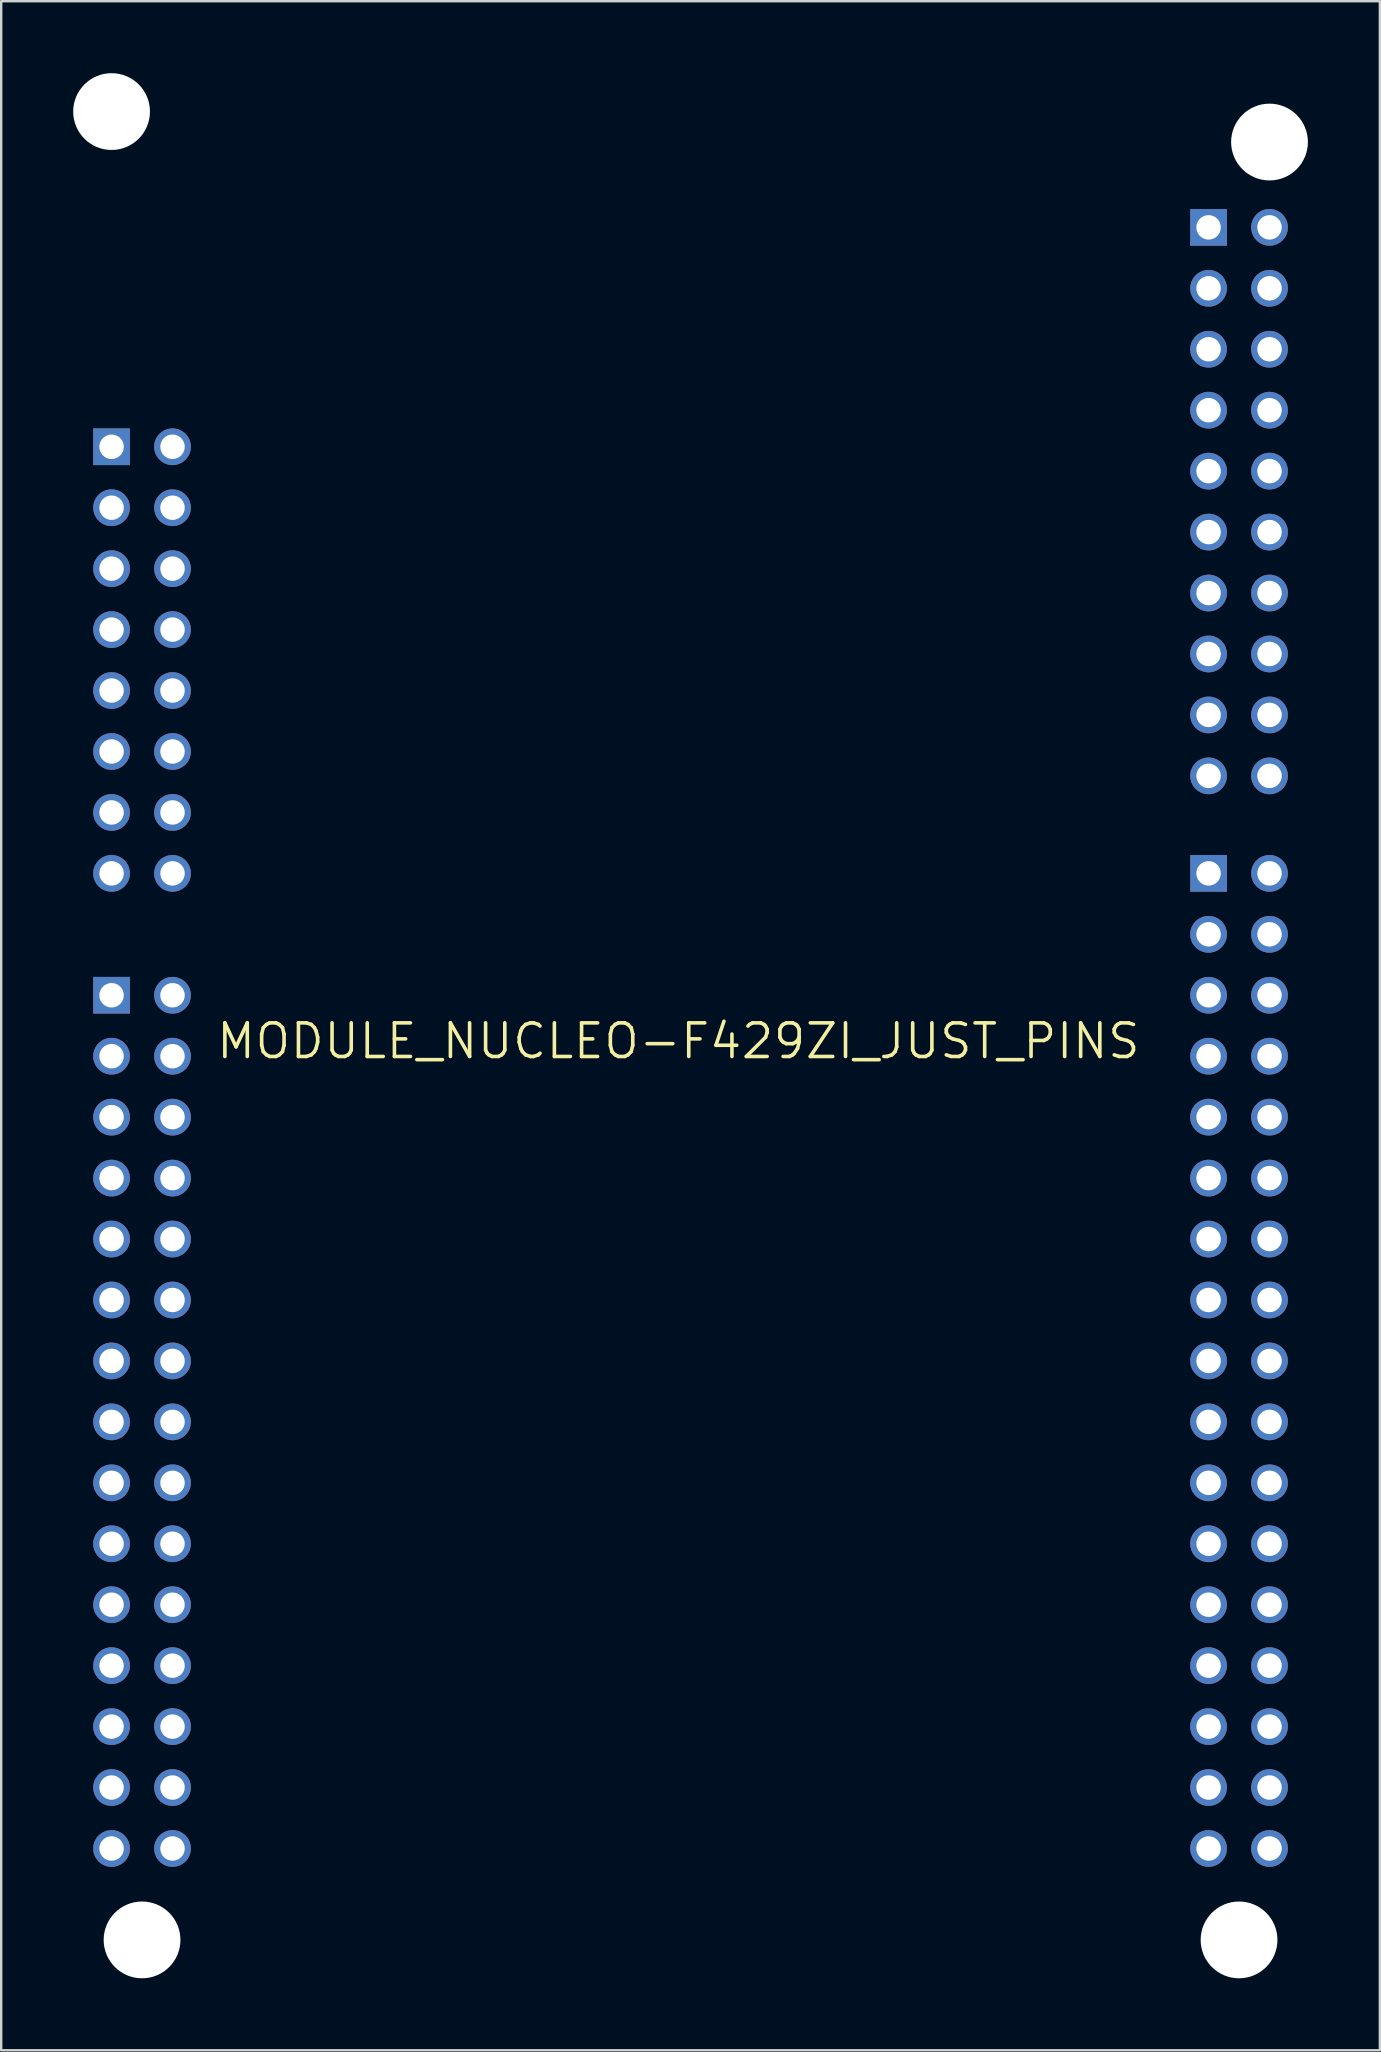
<source format=kicad_pcb>
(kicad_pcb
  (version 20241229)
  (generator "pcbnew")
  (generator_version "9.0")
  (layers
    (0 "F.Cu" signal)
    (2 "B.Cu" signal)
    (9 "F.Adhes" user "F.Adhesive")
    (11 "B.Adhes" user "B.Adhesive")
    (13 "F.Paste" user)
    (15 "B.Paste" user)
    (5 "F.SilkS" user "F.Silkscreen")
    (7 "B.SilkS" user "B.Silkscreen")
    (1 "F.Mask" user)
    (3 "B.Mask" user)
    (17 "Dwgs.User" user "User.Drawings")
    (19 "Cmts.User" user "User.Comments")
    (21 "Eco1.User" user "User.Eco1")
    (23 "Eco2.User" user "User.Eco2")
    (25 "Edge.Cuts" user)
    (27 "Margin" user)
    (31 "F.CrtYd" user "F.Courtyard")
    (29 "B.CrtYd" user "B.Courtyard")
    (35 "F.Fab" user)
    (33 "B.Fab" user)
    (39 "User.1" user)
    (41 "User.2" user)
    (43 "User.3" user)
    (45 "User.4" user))
  (footprint "MODULE_NUCLEO-F429ZI_JUST_PINS"
    (layer "F.Cu")
    (at 25.73 40.34)
    (property "Reference" "MODULE_NUCLEO-F429ZI_JUST_PINS" (at -0.508 0 0) (layer "F.SilkS") (effects (font (size 1.4 1.4) (thickness 0.15))))
    (attr through_hole)
    (pad "" np_thru_hole circle (at -24.13 -38.74) (size 3.2 3.2) (drill 3.2) (layers "*.Cu" "*.Mask"))
    (pad "" np_thru_hole circle (at -22.86 37.46) (size 3.2 3.2) (drill 3.2) (layers "*.Cu" "*.Mask"))
    (pad "" np_thru_hole circle (at 22.86 37.46) (size 3.2 3.2) (drill 3.2) (layers "*.Cu" "*.Mask"))
    (pad "" np_thru_hole circle (at 24.13 -37.47) (size 3.2 3.2) (drill 3.2) (layers "*.Cu" "*.Mask"))
    (pad "1" thru_hole circle (at -21.59 -19.69) (size 1.53 1.53) (drill 1.02) (layers "*.Cu" "*.Mask"))
    (pad "2" thru_hole circle (at -21.59 -17.15) (size 1.53 1.53) (drill 1.02) (layers "*.Cu" "*.Mask"))
    (pad "3" thru_hole circle (at -21.59 -14.61) (size 1.53 1.53) (drill 1.02) (layers "*.Cu" "*.Mask"))
    (pad "4" thru_hole circle (at -21.59 -12.07) (size 1.53 1.53) (drill 1.02) (layers "*.Cu" "*.Mask"))
    (pad "8" thru_hole circle (at -24.13 26.03) (size 1.53 1.53) (drill 1.02) (layers "*.Cu" "*.Mask"))
    (pad "11" thru_hole circle (at -21.59 28.57) (size 1.53 1.53) (drill 1.02) (layers "*.Cu" "*.Mask"))
    (pad "12" thru_hole circle (at -24.13 -22.23) (size 1.53 1.53) (drill 1.02) (layers "*.Cu" "*.Mask"))
    (pad "14" thru_hole circle (at -24.13 -19.69) (size 1.53 1.53) (drill 1.02) (layers "*.Cu" "*.Mask"))
    (pad "16" thru_hole circle (at -24.13 -17.15) (size 1.53 1.53) (drill 1.02) (layers "*.Cu" "*.Mask"))
    (pad "17" thru_hole circle (at 21.59 -23.754) (size 1.53 1.53) (drill 1.02) (layers "*.Cu" "*.Mask"))
    (pad "18" thru_hole circle (at -24.13 -14.61) (size 1.53 1.53) (drill 1.02) (layers "*.Cu" "*.Mask"))
    (pad "19" thru_hole circle (at -24.13 -12.07) (size 1.53 1.53) (drill 1.02) (layers "*.Cu" "*.Mask"))
    (pad "20" thru_hole circle (at -24.13 -9.53) (size 1.53 1.53) (drill 1.02) (layers "*.Cu" "*.Mask"))
    (pad "24" thru_hole circle (at -24.13 -6.99) (size 1.53 1.53) (drill 1.02) (layers "*.Cu" "*.Mask"))
    (pad "28" thru_hole circle (at 21.59 28.57) (size 1.53 1.53) (drill 1.02) (layers "*.Cu" "*.Mask"))
    (pad "32" thru_hole circle (at 21.59 -13.594) (size 1.53 1.53) (drill 1.02) (layers "*.Cu" "*.Mask"))
    (pad "34" thru_hole circle (at 21.59 31.11) (size 1.53 1.53) (drill 1.02) (layers "*.Cu" "*.Mask"))
    (pad "35" thru_hole circle (at 21.59 3.17) (size 1.53 1.53) (drill 1.02) (layers "*.Cu" "*.Mask"))
    (pad "37" thru_hole circle (at -24.13 3.17) (size 1.53 1.53) (drill 1.02) (layers "*.Cu" "*.Mask"))
    (pad "38" thru_hole circle (at -24.13 0.63) (size 1.53 1.53) (drill 1.02) (layers "*.Cu" "*.Mask"))
    (pad "39" thru_hole circle (at -21.59 5.71) (size 1.53 1.53) (drill 1.02) (layers "*.Cu" "*.Mask"))
    (pad "40" thru_hole circle (at -21.59 8.25) (size 1.53 1.53) (drill 1.02) (layers "*.Cu" "*.Mask"))
    (pad "41" thru_hole circle (at -21.59 3.17) (size 1.53 1.53) (drill 1.02) (layers "*.Cu" "*.Mask"))
    (pad "42" thru_hole circle (at -21.59 -9.53) (size 1.53 1.53) (drill 1.02) (layers "*.Cu" "*.Mask"))
    (pad "43" thru_hole circle (at -21.59 0.63) (size 1.53 1.53) (drill 1.02) (layers "*.Cu" "*.Mask"))
    (pad "44" thru_hole circle (at -21.59 -6.99) (size 1.53 1.53) (drill 1.02) (layers "*.Cu" "*.Mask"))
    (pad "45" thru_hole circle (at -21.59 -1.91) (size 1.53 1.53) (drill 1.02) (layers "*.Cu" "*.Mask"))
    (pad "46" thru_hole circle (at -21.59 13.33) (size 1.53 1.53) (drill 1.02) (layers "*.Cu" "*.Mask"))
    (pad "46" thru_hole circle (at 21.59 23.49) (size 1.53 1.53) (drill 1.02) (layers "*.Cu" "*.Mask"))
    (pad "47" thru_hole circle (at -21.59 23.49) (size 1.53 1.53) (drill 1.02) (layers "*.Cu" "*.Mask"))
    (pad "48" thru_hole circle (at -21.59 15.87) (size 1.53 1.53) (drill 1.02) (layers "*.Cu" "*.Mask"))
    (pad "49" thru_hole circle (at -21.59 10.79) (size 1.53 1.53) (drill 1.02) (layers "*.Cu" "*.Mask"))
    (pad "50" thru_hole circle (at -21.59 18.41) (size 1.53 1.53) (drill 1.02) (layers "*.Cu" "*.Mask"))
    (pad "51" thru_hole circle (at -24.13 20.95) (size 1.53 1.53) (drill 1.02) (layers "*.Cu" "*.Mask"))
    (pad "52" thru_hole circle (at -24.13 18.41) (size 1.53 1.53) (drill 1.02) (layers "*.Cu" "*.Mask"))
    (pad "53" thru_hole circle (at -24.13 23.49) (size 1.53 1.53) (drill 1.02) (layers "*.Cu" "*.Mask"))
    (pad "54" thru_hole circle (at -21.59 26.03) (size 1.53 1.53) (drill 1.02) (layers "*.Cu" "*.Mask"))
    (pad "55" thru_hole circle (at -24.13 31.11) (size 1.53 1.53) (drill 1.02) (layers "*.Cu" "*.Mask"))
    (pad "56" thru_hole circle (at -21.59 31.11) (size 1.53 1.53) (drill 1.02) (layers "*.Cu" "*.Mask"))
    (pad "57" thru_hole circle (at -24.13 28.57) (size 1.53 1.53) (drill 1.02) (layers "*.Cu" "*.Mask"))
    (pad "58" thru_hole circle (at -21.59 33.65) (size 1.53 1.53) (drill 1.02) (layers "*.Cu" "*.Mask"))
    (pad "59" thru_hole circle (at -24.13 33.65) (size 1.53 1.53) (drill 1.02) (layers "*.Cu" "*.Mask"))
    (pad "60" thru_hole circle (at 24.13 -26.294) (size 1.53 1.53) (drill 1.02) (layers "*.Cu" "*.Mask"))
    (pad "62" thru_hole circle (at -21.59 20.95) (size 1.53 1.53) (drill 1.02) (layers "*.Cu" "*.Mask"))
    (pad "63" thru_hole circle (at 24.13 10.79) (size 1.53 1.53) (drill 1.02) (layers "*.Cu" "*.Mask"))
    (pad "73" thru_hole circle (at -21.59 -22.23) (size 1.53 1.53) (drill 1.02) (layers "*.Cu" "*.Mask"))
    (pad "74" thru_hole circle (at -21.59 -24.77) (size 1.53 1.53) (drill 1.02) (layers "*.Cu" "*.Mask"))
    (pad "75" thru_hole circle (at 24.13 -33.914) (size 1.53 1.53) (drill 1.02) (layers "*.Cu" "*.Mask"))
    (pad "76" thru_hole rect (at 21.59 -33.914) (size 1.53 1.53) (drill 1.02) (layers "*.Cu" "*.Mask"))
    (pad "77" thru_hole circle (at 24.13 -31.374) (size 1.53 1.53) (drill 1.02) (layers "*.Cu" "*.Mask"))
    (pad "79" thru_hole rect (at 21.59 -6.99) (size 1.53 1.53) (drill 1.02) (layers "*.Cu" "*.Mask"))
    (pad "79" thru_hole circle (at 24.13 -28.834) (size 1.53 1.53) (drill 1.02) (layers "*.Cu" "*.Mask"))
    (pad "81" thru_hole circle (at 21.59 26.03) (size 1.53 1.53) (drill 1.02) (layers "*.Cu" "*.Mask"))
    (pad "83" thru_hole circle (at 24.13 -23.754) (size 1.53 1.53) (drill 1.02) (layers "*.Cu" "*.Mask"))
    (pad "85" thru_hole circle (at 24.13 -21.214) (size 1.53 1.53) (drill 1.02) (layers "*.Cu" "*.Mask"))
    (pad "87" thru_hole circle (at -24.13 15.87) (size 1.53 1.53) (drill 1.02) (layers "*.Cu" "*.Mask"))
    (pad "87" thru_hole circle (at 24.13 -18.674) (size 1.53 1.53) (drill 1.02) (layers "*.Cu" "*.Mask"))
    (pad "88" thru_hole circle (at 21.59 -26.294) (size 1.53 1.53) (drill 1.02) (layers "*.Cu" "*.Mask"))
    (pad "89" thru_hole circle (at 21.59 8.25) (size 1.53 1.53) (drill 1.02) (layers "*.Cu" "*.Mask"))
    (pad "90" thru_hole circle (at 24.13 33.65) (size 1.53 1.53) (drill 1.02) (layers "*.Cu" "*.Mask"))
    (pad "91" thru_hole circle (at 21.59 -21.214) (size 1.53 1.53) (drill 1.02) (layers "*.Cu" "*.Mask"))
    (pad "92" thru_hole circle (at 24.13 18.41) (size 1.53 1.53) (drill 1.02) (layers "*.Cu" "*.Mask"))
    (pad "94" thru_hole circle (at 21.59 10.79) (size 1.53 1.53) (drill 1.02) (layers "*.Cu" "*.Mask"))
    (pad "96" thru_hole circle (at 21.59 0.63) (size 1.53 1.53) (drill 1.02) (layers "*.Cu" "*.Mask"))
    (pad "97" thru_hole circle (at 24.13 31.11) (size 1.53 1.53) (drill 1.02) (layers "*.Cu" "*.Mask"))
    (pad "98" thru_hole circle (at 21.59 -31.374) (size 1.53 1.53) (drill 1.02) (layers "*.Cu" "*.Mask"))
    (pad "99" thru_hole circle (at 21.59 -11.054) (size 1.53 1.53) (drill 1.02) (layers "*.Cu" "*.Mask"))
    (pad "101" thru_hole circle (at 21.59 -18.674) (size 1.53 1.53) (drill 1.02) (layers "*.Cu" "*.Mask"))
    (pad "102" thru_hole circle (at 21.59 -28.834) (size 1.53 1.53) (drill 1.02) (layers "*.Cu" "*.Mask"))
    (pad "103" thru_hole circle (at 21.59 -16.134) (size 1.53 1.53) (drill 1.02) (layers "*.Cu" "*.Mask"))
    (pad "104" thru_hole circle (at 21.59 -4.45) (size 1.53 1.53) (drill 1.02) (layers "*.Cu" "*.Mask"))
    (pad "108" thru_hole circle (at -24.13 8.25) (size 1.53 1.53) (drill 1.02) (layers "*.Cu" "*.Mask"))
    (pad "109" thru_hole rect (at -24.13 -1.91) (size 1.53 1.53) (drill 1.02) (layers "*.Cu" "*.Mask"))
    (pad "110" thru_hole circle (at 21.59 5.71) (size 1.53 1.53) (drill 1.02) (layers "*.Cu" "*.Mask"))
    (pad "111" thru_hole circle (at 21.59 -1.91) (size 1.53 1.53) (drill 1.02) (layers "*.Cu" "*.Mask"))
    (pad "112" thru_hole circle (at 24.13 13.33) (size 1.53 1.53) (drill 1.02) (layers "*.Cu" "*.Mask"))
    (pad "113" thru_hole circle (at 21.59 15.87) (size 1.53 1.53) (drill 1.02) (layers "*.Cu" "*.Mask"))
    (pad "114" thru_hole circle (at -24.13 10.79) (size 1.53 1.53) (drill 1.02) (layers "*.Cu" "*.Mask"))
    (pad "115" thru_hole circle (at 21.59 18.41) (size 1.53 1.53) (drill 1.02) (layers "*.Cu" "*.Mask"))
    (pad "116" thru_hole circle (at 24.13 15.87) (size 1.53 1.53) (drill 1.02) (layers "*.Cu" "*.Mask"))
    (pad "117" thru_hole circle (at 21.59 20.95) (size 1.53 1.53) (drill 1.02) (layers "*.Cu" "*.Mask"))
    (pad "118" thru_hole circle (at 24.13 -16.134) (size 1.53 1.53) (drill 1.02) (layers "*.Cu" "*.Mask"))
    (pad "119" thru_hole circle (at 24.13 20.95) (size 1.53 1.53) (drill 1.02) (layers "*.Cu" "*.Mask"))
    (pad "120" thru_hole circle (at 24.13 -13.594) (size 1.53 1.53) (drill 1.02) (layers "*.Cu" "*.Mask"))
    (pad "121" thru_hole circle (at 24.13 23.49) (size 1.53 1.53) (drill 1.02) (layers "*.Cu" "*.Mask"))
    (pad "122" thru_hole circle (at 24.13 0.63) (size 1.53 1.53) (drill 1.02) (layers "*.Cu" "*.Mask"))
    (pad "123" thru_hole circle (at 24.13 26.03) (size 1.53 1.53) (drill 1.02) (layers "*.Cu" "*.Mask"))
    (pad "124" thru_hole circle (at 24.13 -4.45) (size 1.53 1.53) (drill 1.02) (layers "*.Cu" "*.Mask"))
    (pad "125" thru_hole circle (at 24.13 28.57) (size 1.53 1.53) (drill 1.02) (layers "*.Cu" "*.Mask"))
    (pad "127" thru_hole circle (at 24.13 3.17) (size 1.53 1.53) (drill 1.02) (layers "*.Cu" "*.Mask"))
    (pad "128" thru_hole circle (at 24.13 -1.91) (size 1.53 1.53) (drill 1.02) (layers "*.Cu" "*.Mask"))
    (pad "129" thru_hole circle (at 24.13 -6.99) (size 1.53 1.53) (drill 1.02) (layers "*.Cu" "*.Mask"))
    (pad "130" thru_hole circle (at -24.13 5.71) (size 1.53 1.53) (drill 1.02) (layers "*.Cu" "*.Mask"))
    (pad "131" thru_hole circle (at 24.13 -11.054) (size 1.53 1.53) (drill 1.02) (layers "*.Cu" "*.Mask"))
    (pad "132" thru_hole circle (at 24.13 5.71) (size 1.53 1.53) (drill 1.02) (layers "*.Cu" "*.Mask"))
    (pad "133" thru_hole circle (at 24.13 8.25) (size 1.53 1.53) (drill 1.02) (layers "*.Cu" "*.Mask"))
    (pad "136" thru_hole circle (at 21.59 33.65) (size 1.53 1.53) (drill 1.02) (layers "*.Cu" "*.Mask"))
    (pad "144" thru_hole circle (at 21.59 13.33) (size 1.53 1.53) (drill 1.02) (layers "*.Cu" "*.Mask"))
    (pad "NC" thru_hole rect (at -24.13 -24.77) (size 1.53 1.53) (drill 1.02) (layers "*.Cu" "*.Mask"))
    (pad "NC" thru_hole circle (at -24.13 13.33) (size 1.53 1.53) (drill 1.02) (layers "*.Cu" "*.Mask")))
  (gr_rect
    (start -3 -3)
    (end 54.46 82.4)
    (stroke (width 0.1) (type default))
    (fill no)
    (layer "Edge.Cuts")))
</source>
